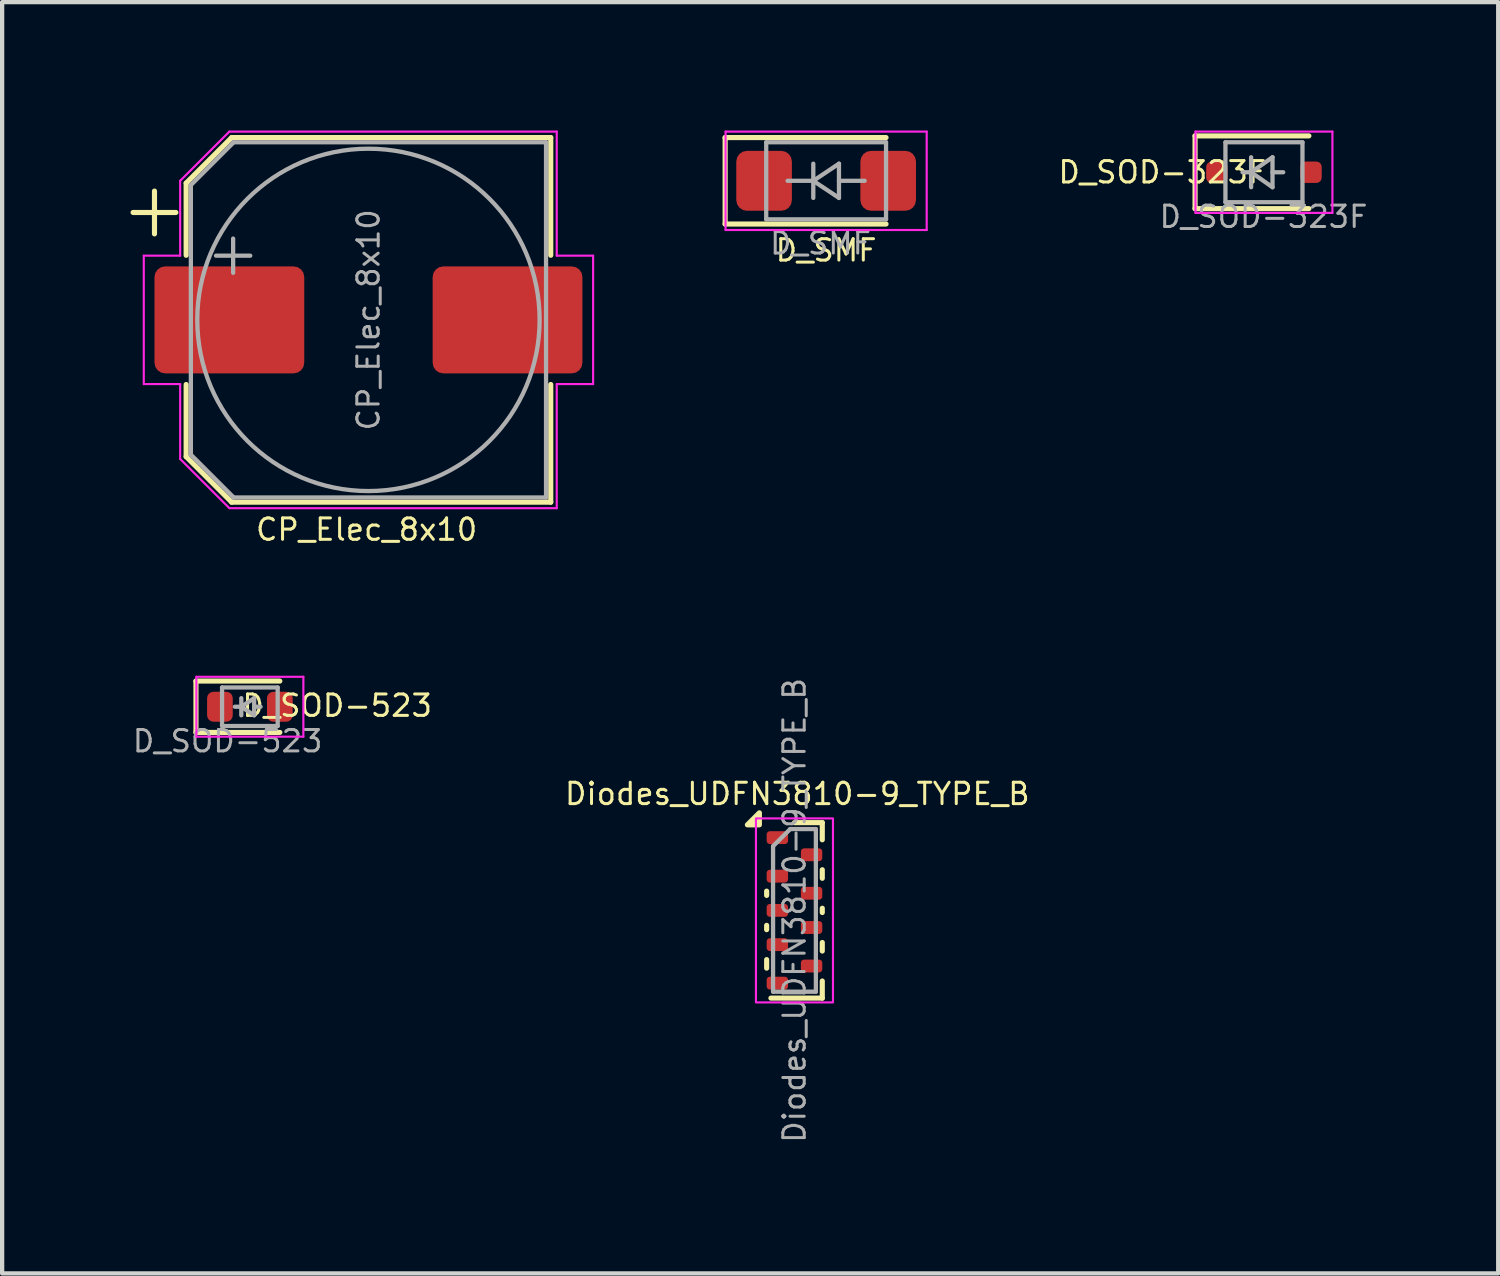
<source format=kicad_pcb>
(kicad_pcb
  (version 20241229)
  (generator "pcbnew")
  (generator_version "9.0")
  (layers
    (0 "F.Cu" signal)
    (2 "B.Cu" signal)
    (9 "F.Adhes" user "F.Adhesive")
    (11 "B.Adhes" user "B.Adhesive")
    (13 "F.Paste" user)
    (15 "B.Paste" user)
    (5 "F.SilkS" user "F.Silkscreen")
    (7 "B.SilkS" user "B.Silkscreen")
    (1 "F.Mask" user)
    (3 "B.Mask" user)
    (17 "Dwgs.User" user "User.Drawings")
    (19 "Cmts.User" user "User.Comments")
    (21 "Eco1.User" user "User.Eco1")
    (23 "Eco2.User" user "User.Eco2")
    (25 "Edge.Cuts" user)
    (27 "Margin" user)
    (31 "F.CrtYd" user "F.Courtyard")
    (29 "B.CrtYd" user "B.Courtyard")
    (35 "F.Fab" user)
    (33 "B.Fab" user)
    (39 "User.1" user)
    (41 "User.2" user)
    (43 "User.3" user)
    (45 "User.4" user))
  (footprint "D_SOD-323F"
    (layer "F.Cu")
    (at 26.486 0.975)
    (property "Reference" "D_SOD-323F" (at -2.373 0 0) (layer "F.SilkS") (effects (font (size 0.5 0.5) (thickness 0.07))))
    (attr smd)
    (fp_line (start -1.61 -0.85) (end -1.61 0.85) (stroke (width 0.12) (type solid)) (layer "F.SilkS"))
    (fp_line (start -1.61 -0.85) (end 1.05 -0.85) (stroke (width 0.12) (type solid)) (layer "F.SilkS"))
    (fp_line (start -1.61 0.85) (end 1.05 0.85) (stroke (width 0.12) (type solid)) (layer "F.SilkS"))
    (fp_line (start -1.6 -0.95) (end -1.6 0.95) (stroke (width 0.05) (type solid)) (layer "F.CrtYd"))
    (fp_line (start -1.6 -0.95) (end 1.6 -0.95) (stroke (width 0.05) (type solid)) (layer "F.CrtYd"))
    (fp_line (start -1.6 0.95) (end 1.6 0.95) (stroke (width 0.05) (type solid)) (layer "F.CrtYd"))
    (fp_line (start 1.6 -0.95) (end 1.6 0.95) (stroke (width 0.05) (type solid)) (layer "F.CrtYd"))
    (fp_line (start -0.9 -0.7) (end 0.9 -0.7) (stroke (width 0.1) (type solid)) (layer "F.Fab"))
    (fp_line (start -0.9 0.7) (end -0.9 -0.7) (stroke (width 0.1) (type solid)) (layer "F.Fab"))
    (fp_line (start -0.3 -0.35) (end -0.3 0.35) (stroke (width 0.1) (type solid)) (layer "F.Fab"))
    (fp_line (start -0.3 0) (end -0.5 0) (stroke (width 0.1) (type solid)) (layer "F.Fab"))
    (fp_line (start -0.3 0) (end 0.2 -0.35) (stroke (width 0.1) (type solid)) (layer "F.Fab"))
    (fp_line (start 0.2 -0.35) (end 0.2 0.35) (stroke (width 0.1) (type solid)) (layer "F.Fab"))
    (fp_line (start 0.2 0) (end 0.45 0) (stroke (width 0.1) (type solid)) (layer "F.Fab"))
    (fp_line (start 0.2 0.35) (end -0.3 0) (stroke (width 0.1) (type solid)) (layer "F.Fab"))
    (fp_line (start 0.9 -0.7) (end 0.9 0.7) (stroke (width 0.1) (type solid)) (layer "F.Fab"))
    (fp_line (start 0.9 0.7) (end -0.9 0.7) (stroke (width 0.1) (type solid)) (layer "F.Fab"))
    (fp_text user "${REFERENCE}" (at -0.01 1.04 0) (layer "F.Fab") (effects (font (size 0.5 0.5) (thickness 0.07))))
    (pad "1" smd roundrect (at -1.1 0) (size 0.5 0.5) (layers "F.Cu" "F.Mask" "F.Paste") (roundrect_rratio 0.25))
    (pad "2" smd roundrect (at 1.1 0) (size 0.5 0.5) (layers "F.Cu" "F.Mask" "F.Paste") (roundrect_rratio 0.25)))
  (footprint "CP_Elec_8x10"
    (layer "F.Cu")
    (at 5.56 4.425)
    (property "Reference" "CP_Elec_8x10" (at -0.043 4.9 0) (layer "F.SilkS") (effects (font (size 0.5 0.5) (thickness 0.07))))
    (attr smd)
    (fp_line (start -5.5 -2.51) (end -4.5 -2.51) (stroke (width 0.12) (type solid)) (layer "F.SilkS"))
    (fp_line (start -5 -3.01) (end -5 -2.01) (stroke (width 0.12) (type solid)) (layer "F.SilkS"))
    (fp_line (start -4.26 -3.196) (end -4.26 -1.51) (stroke (width 0.12) (type solid)) (layer "F.SilkS"))
    (fp_line (start -4.26 -3.196) (end -3.196 -4.26) (stroke (width 0.12) (type solid)) (layer "F.SilkS"))
    (fp_line (start -4.26 3.196) (end -4.26 1.51) (stroke (width 0.12) (type solid)) (layer "F.SilkS"))
    (fp_line (start -4.26 3.196) (end -3.196 4.26) (stroke (width 0.12) (type solid)) (layer "F.SilkS"))
    (fp_line (start -3.196 -4.26) (end 4.26 -4.26) (stroke (width 0.12) (type solid)) (layer "F.SilkS"))
    (fp_line (start -3.196 4.26) (end 4.26 4.26) (stroke (width 0.12) (type solid)) (layer "F.SilkS"))
    (fp_line (start 4.26 -4.26) (end 4.26 -1.51) (stroke (width 0.12) (type solid)) (layer "F.SilkS"))
    (fp_line (start 4.26 4.26) (end 4.26 1.51) (stroke (width 0.12) (type solid)) (layer "F.SilkS"))
    (fp_line (start -5.25 -1.5) (end -5.25 1.5) (stroke (width 0.05) (type solid)) (layer "F.CrtYd"))
    (fp_line (start -5.25 1.5) (end -4.4 1.5) (stroke (width 0.05) (type solid)) (layer "F.CrtYd"))
    (fp_line (start -4.4 -3.25) (end -4.4 -1.5) (stroke (width 0.05) (type solid)) (layer "F.CrtYd"))
    (fp_line (start -4.4 -3.25) (end -3.25 -4.4) (stroke (width 0.05) (type solid)) (layer "F.CrtYd"))
    (fp_line (start -4.4 -1.5) (end -5.25 -1.5) (stroke (width 0.05) (type solid)) (layer "F.CrtYd"))
    (fp_line (start -4.4 1.5) (end -4.4 3.25) (stroke (width 0.05) (type solid)) (layer "F.CrtYd"))
    (fp_line (start -4.4 3.25) (end -3.25 4.4) (stroke (width 0.05) (type solid)) (layer "F.CrtYd"))
    (fp_line (start -3.25 -4.4) (end 4.4 -4.4) (stroke (width 0.05) (type solid)) (layer "F.CrtYd"))
    (fp_line (start -3.25 4.4) (end 4.4 4.4) (stroke (width 0.05) (type solid)) (layer "F.CrtYd"))
    (fp_line (start 4.4 -4.4) (end 4.4 -1.5) (stroke (width 0.05) (type solid)) (layer "F.CrtYd"))
    (fp_line (start 4.4 -1.5) (end 5.25 -1.5) (stroke (width 0.05) (type solid)) (layer "F.CrtYd"))
    (fp_line (start 4.4 1.5) (end 4.4 4.4) (stroke (width 0.05) (type solid)) (layer "F.CrtYd"))
    (fp_line (start 5.25 -1.5) (end 5.25 1.5) (stroke (width 0.05) (type solid)) (layer "F.CrtYd"))
    (fp_line (start 5.25 1.5) (end 4.4 1.5) (stroke (width 0.05) (type solid)) (layer "F.CrtYd"))
    (fp_line (start -4.15 -3.15) (end -4.15 3.15) (stroke (width 0.1) (type solid)) (layer "F.Fab"))
    (fp_line (start -4.15 -3.15) (end -3.15 -4.15) (stroke (width 0.1) (type solid)) (layer "F.Fab"))
    (fp_line (start -4.15 3.15) (end -3.15 4.15) (stroke (width 0.1) (type solid)) (layer "F.Fab"))
    (fp_line (start -3.562 -1.5) (end -2.762 -1.5) (stroke (width 0.1) (type solid)) (layer "F.Fab"))
    (fp_line (start -3.162 -1.9) (end -3.162 -1.1) (stroke (width 0.1) (type solid)) (layer "F.Fab"))
    (fp_line (start -3.15 -4.15) (end 4.15 -4.15) (stroke (width 0.1) (type solid)) (layer "F.Fab"))
    (fp_line (start -3.15 4.15) (end 4.15 4.15) (stroke (width 0.1) (type solid)) (layer "F.Fab"))
    (fp_line (start 4.15 -4.15) (end 4.15 4.15) (stroke (width 0.1) (type solid)) (layer "F.Fab"))
    (fp_circle (center 0 0) (end 4 0) (stroke (width 0.1) (type solid)) (fill no) (layer "F.Fab"))
    (fp_text user "${REFERENCE}" (at 0 0 270) (layer "F.Fab") (effects (font (size 0.5 0.5) (thickness 0.07))))
    (pad "1" smd roundrect (at -3.25 0) (size 3.5 2.5) (layers "F.Cu" "F.Mask" "F.Paste") (roundrect_rratio 0.1))
    (pad "2" smd roundrect (at 3.25 0) (size 3.5 2.5) (layers "F.Cu" "F.Mask" "F.Paste") (roundrect_rratio 0.1)))
  (footprint "D_SMF"
    (layer "F.Cu")
    (at 16.255 1.175)
    (property "Reference" "D_SMF" (at 0 1.625 180) (layer "F.SilkS") (effects (font (size 0.5 0.5) (thickness 0.07))))
    (attr smd)
    (fp_line (start -2.36 -1.01) (end -2.36 1.01) (stroke (width 0.12) (type solid)) (layer "F.SilkS"))
    (fp_line (start -2.36 -1.01) (end 1.4 -1.01) (stroke (width 0.12) (type solid)) (layer "F.SilkS"))
    (fp_line (start -2.36 1.01) (end 1.4 1.01) (stroke (width 0.12) (type solid)) (layer "F.SilkS"))
    (fp_line (start -2.35 -1.15) (end 2.35 -1.15) (stroke (width 0.05) (type solid)) (layer "F.CrtYd"))
    (fp_line (start -2.35 1.15) (end -2.35 -1.15) (stroke (width 0.05) (type solid)) (layer "F.CrtYd"))
    (fp_line (start 2.35 -1.15) (end 2.35 1.15) (stroke (width 0.05) (type solid)) (layer "F.CrtYd"))
    (fp_line (start 2.35 1.15) (end -2.35 1.15) (stroke (width 0.05) (type solid)) (layer "F.CrtYd"))
    (fp_line (start -1.4 0.9) (end -1.4 -0.9) (stroke (width 0.1) (type solid)) (layer "F.Fab"))
    (fp_line (start -0.3 -0.4) (end -0.3 0.4) (stroke (width 0.1) (type solid)) (layer "F.Fab"))
    (fp_line (start -0.3 0) (end -0.9 0) (stroke (width 0.1) (type solid)) (layer "F.Fab"))
    (fp_line (start -0.3 0) (end 0.3 -0.4) (stroke (width 0.1) (type solid)) (layer "F.Fab"))
    (fp_line (start -0.3 0.001) (end 0.3 0.4) (stroke (width 0.1) (type solid)) (layer "F.Fab"))
    (fp_line (start 0.3 0) (end 0.9 0) (stroke (width 0.1) (type solid)) (layer "F.Fab"))
    (fp_line (start 0.3 0.4) (end 0.3 -0.4) (stroke (width 0.1) (type solid)) (layer "F.Fab"))
    (fp_line (start 1.4 -0.9) (end -1.4 -0.9) (stroke (width 0.1) (type solid)) (layer "F.Fab"))
    (fp_line (start 1.4 -0.9) (end 1.4 0.9) (stroke (width 0.1) (type solid)) (layer "F.Fab"))
    (fp_line (start 1.4 0.9) (end -1.4 0.9) (stroke (width 0.1) (type solid)) (layer "F.Fab"))
    (fp_text user "${REFERENCE}" (at -0.13 1.46 180) (layer "F.Fab") (effects (font (size 0.5 0.5) (thickness 0.07))))
    (pad "1" smd roundrect (at -1.45 0) (size 1.3 1.4) (layers "F.Cu" "F.Mask" "F.Paste") (roundrect_rratio 0.192))
    (pad "2" smd roundrect (at 1.45 0) (size 1.3 1.4) (layers "F.Cu" "F.Mask" "F.Paste") (roundrect_rratio 0.192)))
  (footprint "D_SOD-523"
    (layer "F.Cu")
    (at 2.789 13.465)
    (property "Reference" "D_SOD-523" (at 2.04 -0.026 180) (layer "F.SilkS") (effects (font (size 0.5 0.5) (thickness 0.07))))
    (attr smd)
    (fp_line (start -1.26 -0.6) (end -1.26 0.6) (stroke (width 0.12) (type solid)) (layer "F.SilkS"))
    (fp_line (start 0.7 -0.6) (end -1.26 -0.6) (stroke (width 0.12) (type solid)) (layer "F.SilkS"))
    (fp_line (start 0.7 0.6) (end -1.26 0.6) (stroke (width 0.12) (type solid)) (layer "F.SilkS"))
    (fp_line (start -1.25 -0.7) (end 1.25 -0.7) (stroke (width 0.05) (type solid)) (layer "F.CrtYd"))
    (fp_line (start -1.25 0.7) (end -1.25 -0.7) (stroke (width 0.05) (type solid)) (layer "F.CrtYd"))
    (fp_line (start 1.25 -0.7) (end 1.25 0.7) (stroke (width 0.05) (type solid)) (layer "F.CrtYd"))
    (fp_line (start 1.25 0.7) (end -1.25 0.7) (stroke (width 0.05) (type solid)) (layer "F.CrtYd"))
    (fp_line (start -0.65 -0.45) (end 0.65 -0.45) (stroke (width 0.1) (type solid)) (layer "F.Fab"))
    (fp_line (start -0.65 0.45) (end -0.65 -0.45) (stroke (width 0.1) (type solid)) (layer "F.Fab"))
    (fp_line (start -0.2 0) (end -0.35 0) (stroke (width 0.1) (type solid)) (layer "F.Fab"))
    (fp_line (start -0.2 0) (end 0.1 0.2) (stroke (width 0.1) (type solid)) (layer "F.Fab"))
    (fp_line (start -0.2 0.2) (end -0.2 -0.2) (stroke (width 0.1) (type solid)) (layer "F.Fab"))
    (fp_line (start 0.1 -0.2) (end -0.2 0) (stroke (width 0.1) (type solid)) (layer "F.Fab"))
    (fp_line (start 0.1 0) (end 0.25 0) (stroke (width 0.1) (type solid)) (layer "F.Fab"))
    (fp_line (start 0.1 0.2) (end 0.1 -0.2) (stroke (width 0.1) (type solid)) (layer "F.Fab"))
    (fp_line (start 0.65 -0.45) (end 0.65 0.45) (stroke (width 0.1) (type solid)) (layer "F.Fab"))
    (fp_line (start 0.65 0.45) (end -0.65 0.45) (stroke (width 0.1) (type solid)) (layer "F.Fab"))
    (fp_text user "${REFERENCE}" (at -0.52 0.804 180) (layer "F.Fab") (effects (font (size 0.5 0.5) (thickness 0.07))))
    (pad "1" smd roundrect (at -0.7 0 180) (size 0.6 0.7) (layers "F.Cu" "F.Mask" "F.Paste") (roundrect_rratio 0.25))
    (pad "2" smd roundrect (at 0.7 0 180) (size 0.6 0.7) (layers "F.Cu" "F.Mask" "F.Paste") (roundrect_rratio 0.25)))
  (footprint "Diodes_UDFN3810-9_TYPE_B"
    (layer "F.Cu")
    (at 15.515 18.224)
    (property "Reference" "Diodes_UDFN3810-9_TYPE_B" (at 0.067 -2.723 0) (layer "F.SilkS") (effects (font (size 0.5 0.5) (thickness 0.07))))
    (attr smd)
    (fp_line (start -0.65 -0.45) (end -0.65 -0.35) (stroke (width 0.12) (type solid)) (layer "F.SilkS"))
    (fp_line (start -0.65 0.35) (end -0.65 0.45) (stroke (width 0.12) (type solid)) (layer "F.SilkS"))
    (fp_line (start -0.65 1.15) (end -0.65 1.35) (stroke (width 0.12) (type solid)) (layer "F.SilkS"))
    (fp_line (start 0.65 -2.05) (end 0 -2.05) (stroke (width 0.12) (type solid)) (layer "F.SilkS"))
    (fp_line (start 0.65 -1.65) (end 0.65 -2.05) (stroke (width 0.12) (type solid)) (layer "F.SilkS"))
    (fp_line (start 0.65 -0.95) (end 0.65 -0.75) (stroke (width 0.12) (type solid)) (layer "F.SilkS"))
    (fp_line (start 0.65 -0.05) (end 0.65 0.05) (stroke (width 0.12) (type solid)) (layer "F.SilkS"))
    (fp_line (start 0.65 0.75) (end 0.65 0.95) (stroke (width 0.12) (type solid)) (layer "F.SilkS"))
    (fp_line (start 0.65 1.65) (end 0.65 2.05) (stroke (width 0.12) (type solid)) (layer "F.SilkS"))
    (fp_line (start 0.65 2.05) (end -0.55 2.05) (stroke (width 0.12) (type solid)) (layer "F.SilkS"))
    (fp_poly (pts (xy -0.82 -2) (xy -1.1 -2) (xy -0.82 -2.28) (xy -0.82 -2)) (stroke (width 0.12) (type solid)) (fill yes) (layer "F.SilkS"))
    (fp_rect (start -0.9 -2.15) (end 0.9 2.15) (stroke (width 0.05) (type default)) (fill no) (layer "F.CrtYd"))
    (fp_line (start -0.5 -1.5) (end -0.5 1.9) (stroke (width 0.1) (type solid)) (layer "F.Fab"))
    (fp_line (start -0.5 1.9) (end 0.5 1.9) (stroke (width 0.1) (type solid)) (layer "F.Fab"))
    (fp_line (start -0.1 -1.9) (end -0.5 -1.5) (stroke (width 0.1) (type solid)) (layer "F.Fab"))
    (fp_line (start 0.5 -1.9) (end -0.1 -1.9) (stroke (width 0.1) (type solid)) (layer "F.Fab"))
    (fp_line (start 0.5 1.9) (end 0.5 -1.9) (stroke (width 0.1) (type solid)) (layer "F.Fab"))
    (fp_text user "${REFERENCE}" (at 0 0 90) (layer "F.Fab") (effects (font (size 0.5 0.5) (thickness 0.07))))
    (pad "1" smd roundrect (at -0.4 -1.7) (size 0.5 0.3) (layers "F.Cu" "F.Mask" "F.Paste") (roundrect_rratio 0.25))
    (pad "2" smd roundrect (at -0.4 -0.8) (size 0.5 0.3) (layers "F.Cu" "F.Mask" "F.Paste") (roundrect_rratio 0.25))
    (pad "3" smd roundrect (at -0.4 0) (size 0.5 0.3) (layers "F.Cu" "F.Mask" "F.Paste") (roundrect_rratio 0.25))
    (pad "4" smd roundrect (at -0.4 0.8) (size 0.5 0.3) (layers "F.Cu" "F.Mask" "F.Paste") (roundrect_rratio 0.25))
    (pad "5" smd roundrect (at -0.4 1.7) (size 0.5 0.3) (layers "F.Cu" "F.Mask" "F.Paste") (roundrect_rratio 0.25))
    (pad "6" smd roundrect (at 0.4 1.3) (size 0.5 0.3) (layers "F.Cu" "F.Mask" "F.Paste") (roundrect_rratio 0.25))
    (pad "7" smd roundrect (at 0.4 0.4) (size 0.5 0.3) (layers "F.Cu" "F.Mask" "F.Paste") (roundrect_rratio 0.25))
    (pad "8" smd roundrect (at 0.4 -0.4) (size 0.5 0.3) (layers "F.Cu" "F.Mask" "F.Paste") (roundrect_rratio 0.25))
    (pad "9" smd roundrect (at 0.4 -1.3) (size 0.5 0.3) (layers "F.Cu" "F.Mask" "F.Paste") (roundrect_rratio 0.25)))
  (gr_rect
    (start -3 -3)
    (end 31.96 26.707)
    (stroke (width 0.1) (type default))
    (fill no)
    (layer "Edge.Cuts")))
</source>
